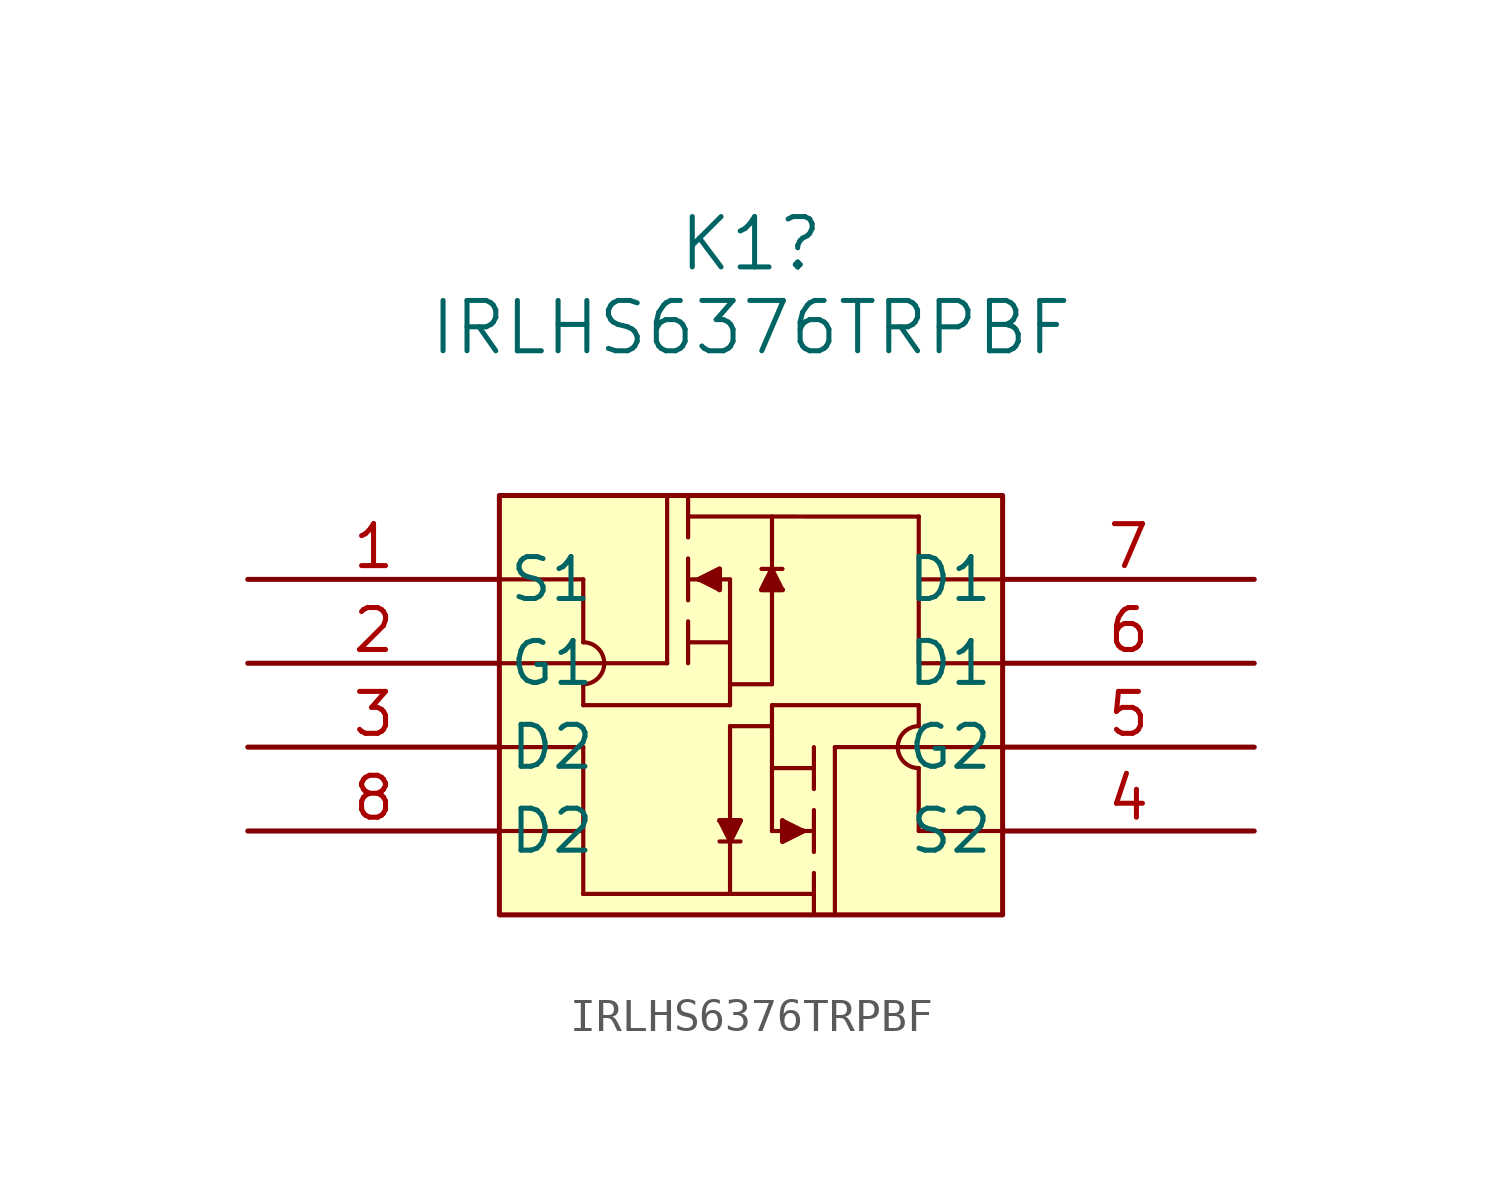
<source format=kicad_sym>
(kicad_symbol_lib
  (version 20220914)
  (generator kicad_symbol_editor)
  (symbol "IRLHS6376TRPBF"
    (pin_names
      (offset 0.254))
    (property "Reference" "K1"
      (at 0 15.24 0)
      (effects (font (size 1.524 1.524))))
    (property "Value" "IRLHS6376TRPBF"
      (at 0 12.7 0)
      (effects (font (size 1.524 1.524))))
    (property "ki_locked" ""
      (at 0 0 0)
      (effects (font (size 1.27 1.27))))
    (symbol "IRLHS6376TRPBF_0_1"
      (arc (start -5.08 1.905) (mid -4.4477 2.54) (end -5.08 3.175) (stroke (width 0.127) (type default)) (fill (type none)))
      (polyline (pts (xy -7.62 0) (xy -5.08 0)) (stroke (width 0.127) (type default)) (fill (type none)))
      (polyline (pts (xy -7.62 2.54) (xy -2.54 2.54)) (stroke (width 0.127) (type default)) (fill (type none)))
      (polyline (pts (xy -7.62 5.08) (xy -5.08 5.08)) (stroke (width 0.127) (type default)) (fill (type none)))
      (polyline (pts (xy -5.08 -2.54) (xy -7.62 -2.54)) (stroke (width 0.127) (type default)) (fill (type none)))
      (polyline (pts (xy -5.08 0) (xy -5.08 -4.445)) (stroke (width 0.127) (type default)) (fill (type none)))
      (polyline (pts (xy -5.08 1.27) (xy -0.635 1.27)) (stroke (width 0.127) (type default)) (fill (type none)))
      (polyline (pts (xy -5.08 1.905) (xy -5.08 1.27)) (stroke (width 0.127) (type default)) (fill (type none)))
      (polyline (pts (xy -5.08 5.08) (xy -5.08 3.175)) (stroke (width 0.127) (type default)) (fill (type none)))
      (polyline (pts (xy -2.54 7.62) (xy -2.54 2.54)) (stroke (width 0.127) (type default)) (fill (type none)))
      (polyline (pts (xy -1.905 3.175) (xy -0.635 3.175)) (stroke (width 0.127) (type default)) (fill (type none)))
      (polyline (pts (xy -1.905 3.81) (xy -1.905 2.54)) (stroke (width 0.127) (type default)) (fill (type none)))
      (polyline (pts (xy -1.905 5.08) (xy -0.635 5.08)) (stroke (width 0.127) (type default)) (fill (type none)))
      (polyline (pts (xy -1.905 5.715) (xy -1.905 4.445)) (stroke (width 0.127) (type default)) (fill (type none)))
      (polyline (pts (xy -1.905 6.985) (xy 5.085 6.981)) (stroke (width 0.127) (type default)) (fill (type none)))
      (polyline (pts (xy -1.905 7.62) (xy -1.905 6.35)) (stroke (width 0.127) (type default)) (fill (type none)))
      (polyline (pts (xy -1.587 5.08) (xy -0.953 4.763)) (stroke (width 0.127) (type default)) (fill (type none)))
      (polyline (pts (xy -1.587 5.08) (xy -0.953 5.397)) (stroke (width 0.127) (type default)) (fill (type none)))
      (polyline (pts (xy -0.953 -2.857) (xy -0.318 -2.857)) (stroke (width 0.127) (type default)) (fill (type none)))
      (polyline (pts (xy -0.953 -2.223) (xy -0.318 -2.223)) (stroke (width 0.127) (type default)) (fill (type none)))
      (polyline (pts (xy -0.953 5.397) (xy -0.953 4.763)) (stroke (width 0.127) (type default)) (fill (type none)))
      (polyline (pts (xy -0.635 -2.857) (xy -0.953 -2.223)) (stroke (width 0.127) (type default)) (fill (type none)))
      (polyline (pts (xy -0.635 0.635) (xy -0.635 -4.445)) (stroke (width 0.127) (type default)) (fill (type none)))
      (polyline (pts (xy -0.635 1.905) (xy 0.635 1.905)) (stroke (width 0.127) (type default)) (fill (type none)))
      (polyline (pts (xy -0.635 5.08) (xy -0.635 1.27)) (stroke (width 0.127) (type default)) (fill (type none)))
      (polyline (pts (xy -0.318 -2.223) (xy -0.635 -2.857)) (stroke (width 0.127) (type default)) (fill (type none)))
      (polyline (pts (xy 0.318 4.763) (xy 0.635 5.397)) (stroke (width 0.127) (type default)) (fill (type none)))
      (polyline (pts (xy 0.318 4.763) (xy 0.953 4.763)) (stroke (width 0.127) (type default)) (fill (type none)))
      (polyline (pts (xy 0.318 5.397) (xy 0.953 5.397)) (stroke (width 0.127) (type default)) (fill (type none)))
      (polyline (pts (xy 0.635 -2.54) (xy 1.905 -2.54)) (stroke (width 0.127) (type default)) (fill (type none)))
      (polyline (pts (xy 0.635 0.635) (xy -0.635 0.635)) (stroke (width 0.127) (type default)) (fill (type none)))
      (polyline (pts (xy 0.635 1.27) (xy 0.635 -2.54)) (stroke (width 0.127) (type default)) (fill (type none)))
      (polyline (pts (xy 0.635 1.27) (xy 5.08 1.27)) (stroke (width 0.127) (type default)) (fill (type none)))
      (polyline (pts (xy 0.635 5.397) (xy 0.953 4.763)) (stroke (width 0.127) (type default)) (fill (type none)))
      (polyline (pts (xy 0.635 6.985) (xy 0.635 1.905)) (stroke (width 0.127) (type default)) (fill (type none)))
      (polyline (pts (xy 0.953 -2.857) (xy 1.587 -2.54)) (stroke (width 0.127) (type default)) (fill (type none)))
      (polyline (pts (xy 0.953 -2.223) (xy 0.953 -2.857)) (stroke (width 0.127) (type default)) (fill (type none)))
      (polyline (pts (xy 1.587 -2.54) (xy 0.953 -2.223)) (stroke (width 0.127) (type default)) (fill (type none)))
      (polyline (pts (xy 1.905 -5.08) (xy 1.905 -3.81)) (stroke (width 0.127) (type default)) (fill (type none)))
      (polyline (pts (xy 1.905 -4.445) (xy -5.089 -4.445)) (stroke (width 0.127) (type default)) (fill (type none)))
      (polyline (pts (xy 1.905 -3.175) (xy 1.905 -1.905)) (stroke (width 0.127) (type default)) (fill (type none)))
      (polyline (pts (xy 1.905 -1.27) (xy 1.905 0)) (stroke (width 0.127) (type default)) (fill (type none)))
      (polyline (pts (xy 1.905 -0.635) (xy 0.635 -0.635)) (stroke (width 0.127) (type default)) (fill (type none)))
      (polyline (pts (xy 2.54 -5.08) (xy 2.54 0)) (stroke (width 0.127) (type default)) (fill (type none)))
      (polyline (pts (xy 5.08 -2.54) (xy 7.62 -2.54)) (stroke (width 0.127) (type default)) (fill (type none)))
      (polyline (pts (xy 5.08 -0.635) (xy 5.08 -2.54)) (stroke (width 0.127) (type default)) (fill (type none)))
      (polyline (pts (xy 5.08 0.635) (xy 5.08 1.27)) (stroke (width 0.127) (type default)) (fill (type none)))
      (polyline (pts (xy 5.08 2.54) (xy 5.08 6.985)) (stroke (width 0.127) (type default)) (fill (type none)))
      (polyline (pts (xy 5.08 5.08) (xy 7.62 5.08)) (stroke (width 0.127) (type default)) (fill (type none)))
      (polyline (pts (xy 7.62 0) (xy 2.54 0)) (stroke (width 0.127) (type default)) (fill (type none)))
      (polyline (pts (xy 7.62 2.54) (xy 5.08 2.54)) (stroke (width 0.127) (type default)) (fill (type none)))
      (polyline (pts (xy -1.587 5.08) (xy -0.953 5.397) (xy -0.953 4.763)) (stroke (width 0) (type default)) (fill (type outline)))
      (polyline (pts (xy -0.953 -2.223) (xy -0.318 -2.223) (xy -0.635 -2.857)) (stroke (width 0) (type default)) (fill (type outline)))
      (polyline (pts (xy 0.635 5.397) (xy 0.318 4.763) (xy 0.953 4.763)) (stroke (width 0) (type default)) (fill (type outline)))
      (polyline (pts (xy 0.953 -2.223) (xy 0.953 -2.857) (xy 1.587 -2.54)) (stroke (width 0) (type default)) (fill (type outline)))
      (arc (start 5.08 0.635) (mid 4.4477 0) (end 5.08 -0.635) (stroke (width 0.127) (type default)) (fill (type none)))
      (pin unspecified line (at -15.24 5.08 0) (length 7.62) (name "S1" (effects (font (size 1.27 1.27)))) (number "1" (effects (font (size 1.27 1.27)))))
      (pin unspecified line (at -15.24 2.54 0) (length 7.62) (name "G1" (effects (font (size 1.27 1.27)))) (number "2" (effects (font (size 1.27 1.27)))))
      (pin unspecified line (at -15.24 0 0) (length 7.62) (name "D2" (effects (font (size 1.27 1.27)))) (number "3" (effects (font (size 1.27 1.27)))))
      (pin unspecified line (at 15.24 -2.54 180) (length 7.62) (name "S2" (effects (font (size 1.27 1.27)))) (number "4" (effects (font (size 1.27 1.27)))))
      (pin unspecified line (at 15.24 0 180) (length 7.62) (name "G2" (effects (font (size 1.27 1.27)))) (number "5" (effects (font (size 1.27 1.27)))))
      (pin unspecified line (at 15.24 2.54 180) (length 7.62) (name "D1" (effects (font (size 1.27 1.27)))) (number "6" (effects (font (size 1.27 1.27)))))
      (pin unspecified line (at 15.24 5.08 180) (length 7.62) (name "D1" (effects (font (size 1.27 1.27)))) (number "7" (effects (font (size 1.27 1.27)))))
      (pin unspecified line (at -15.24 -2.54 0) (length 7.62) (name "D2" (effects (font (size 1.27 1.27)))) (number "8" (effects (font (size 1.27 1.27))))))
    (symbol "IRLHS6376TRPBF_1_1"
      (rectangle (start -7.62 7.62) (end 7.62 -5.08) (stroke (width 0) (type default)) (fill (type background))))))
</source>
